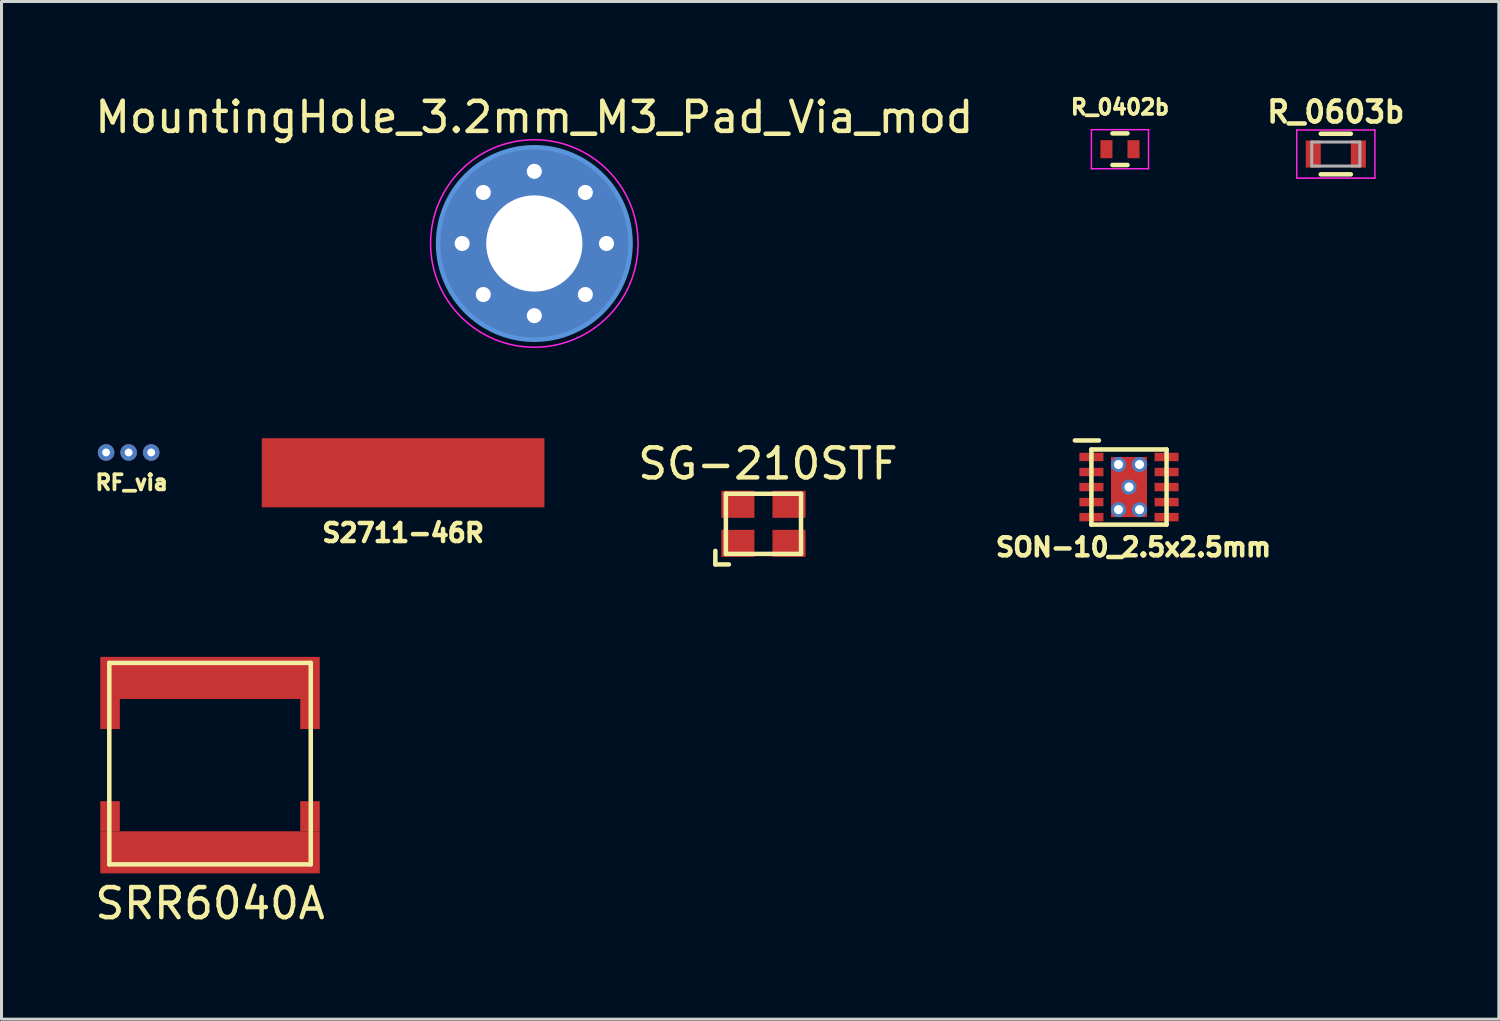
<source format=kicad_pcb>
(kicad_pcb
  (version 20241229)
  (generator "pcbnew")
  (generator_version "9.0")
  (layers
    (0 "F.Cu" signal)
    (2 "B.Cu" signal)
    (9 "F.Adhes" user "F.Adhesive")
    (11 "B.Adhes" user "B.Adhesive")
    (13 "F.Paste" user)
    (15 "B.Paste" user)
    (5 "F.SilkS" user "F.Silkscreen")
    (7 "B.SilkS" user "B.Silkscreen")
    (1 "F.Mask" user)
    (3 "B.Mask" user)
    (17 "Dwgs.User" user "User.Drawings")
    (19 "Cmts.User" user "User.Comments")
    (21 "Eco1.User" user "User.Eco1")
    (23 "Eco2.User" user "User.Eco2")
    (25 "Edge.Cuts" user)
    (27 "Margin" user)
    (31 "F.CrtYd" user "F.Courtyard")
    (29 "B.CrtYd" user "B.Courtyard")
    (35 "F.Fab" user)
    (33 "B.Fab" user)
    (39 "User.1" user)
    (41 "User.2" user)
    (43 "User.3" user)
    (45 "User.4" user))
  (footprint "R_0402b"
    (layer "F.Cu")
    (at 34.197 1.912)
    (property "Reference" "R_0402b" (at 0 -1.4 0) (layer "F.SilkS") (effects (font (size 0.5 0.5) (thickness 0.125))))
    (attr smd)
    (fp_line (start -0.25 0.525) (end 0.25 0.525) (stroke (width 0.15) (type solid)) (layer "F.SilkS"))
    (fp_line (start 0.25 -0.525) (end -0.25 -0.525) (stroke (width 0.15) (type solid)) (layer "F.SilkS"))
    (fp_line (start -0.95 -0.65) (end -0.95 0.65) (stroke (width 0.05) (type solid)) (layer "F.CrtYd"))
    (fp_line (start -0.95 -0.65) (end 0.95 -0.65) (stroke (width 0.05) (type solid)) (layer "F.CrtYd"))
    (fp_line (start -0.95 0.65) (end 0.95 0.65) (stroke (width 0.05) (type solid)) (layer "F.CrtYd"))
    (fp_line (start 0.95 -0.65) (end 0.95 0.65) (stroke (width 0.05) (type solid)) (layer "F.CrtYd"))
    (pad "1" smd rect (at -0.45 0) (size 0.4 0.6) (layers "F.Cu" "F.Mask" "F.Paste"))
    (pad "2" smd rect (at 0.45 0) (size 0.4 0.6) (layers "F.Cu" "F.Mask" "F.Paste")))
  (footprint "SRR6040A"
    (layer "F.Cu")
    (at 4.185 22.396)
    (property "Reference" "SRR6040A" (at -0.25 4.6 0) (layer "F.SilkS") (effects (font (size 1 1) (thickness 0.15))))
    (attr through_hole)
    (fp_line (start -3.6 -3.4) (end 3.1 -3.4) (stroke (width 0.15) (type solid)) (layer "F.SilkS"))
    (fp_line (start -3.6 3.3) (end -3.6 -3.4) (stroke (width 0.15) (type solid)) (layer "F.SilkS"))
    (fp_line (start 3.1 -3.4) (end 3.1 3.3) (stroke (width 0.15) (type solid)) (layer "F.SilkS"))
    (fp_line (start 3.1 3.3) (end -3.6 3.3) (stroke (width 0.15) (type solid)) (layer "F.SilkS"))
    (pad "1" smd rect (at -3.575 -1.7) (size 0.65 1) (layers "F.Cu" "F.Mask" "F.Paste"))
    (pad "1" smd rect (at -0.25 -2.9) (size 7.3 1.4) (layers "F.Cu" "F.Mask" "F.Paste"))
    (pad "1" smd rect (at 3.075 -1.7) (size 0.65 1) (layers "F.Cu" "F.Mask" "F.Paste"))
    (pad "2" smd rect (at -3.575 1.7) (size 0.65 1) (layers "F.Cu" "F.Mask" "F.Paste"))
    (pad "2" smd rect (at -0.25 2.9) (size 7.3 1.4) (layers "F.Cu" "F.Mask" "F.Paste"))
    (pad "2" smd rect (at 3.075 1.7) (size 0.65 1) (layers "F.Cu" "F.Mask" "F.Paste")))
  (footprint "RF_via"
    (layer "F.Cu")
    (at 1.228 11.998)
    (property "Reference" "RF_via" (at 0.1 1 0) (layer "F.SilkS") (effects (font (size 0.5 0.5) (thickness 0.125))))
    (attr through_hole)
    (fp_line (start -0.7 0) (end 0.7 0) (stroke (width 0.95) (type solid)) (layer "F.Mask"))
    (pad "1" thru_hole circle (at 0 0) (size 0.55 0.55) (drill 0.26) (layers "*.Cu" "F.Mask"))
    (pad "2" thru_hole circle (at -0.75 0) (size 0.55 0.55) (drill 0.26) (layers "*.Cu" "F.Mask"))
    (pad "2" thru_hole circle (at 0.75 0) (size 0.55 0.55) (drill 0.26) (layers "*.Cu" "F.Mask")))
  (footprint "SON-10_2.5x2.5mm"
    (layer "F.Cu")
    (at 34.497 13.148)
    (property "Reference" "SON-10_2.5x2.5mm" (at 0.15 2 0) (layer "F.SilkS") (effects (font (size 0.6 0.6) (thickness 0.15))))
    (attr through_hole)
    (fp_line (start -1.8 -1.55) (end -1 -1.55) (stroke (width 0.15) (type solid)) (layer "F.SilkS"))
    (fp_line (start -1.25 -1.25) (end 1.25 -1.25) (stroke (width 0.15) (type solid)) (layer "F.SilkS"))
    (fp_line (start -1.25 1.25) (end -1.25 -1.25) (stroke (width 0.15) (type solid)) (layer "F.SilkS"))
    (fp_line (start -1.25 1.25) (end -1.25 1.25) (stroke (width 0.15) (type solid)) (layer "F.SilkS"))
    (fp_line (start 1.25 -1.25) (end 1.25 1.25) (stroke (width 0.15) (type solid)) (layer "F.SilkS"))
    (fp_line (start 1.25 1.25) (end -1.25 1.25) (stroke (width 0.15) (type solid)) (layer "F.SilkS"))
    (pad "1" smd rect (at -1.25 -1) (size 0.8 0.28) (layers "F.Cu" "F.Mask" "F.Paste"))
    (pad "2" smd rect (at -1.25 -0.5) (size 0.8 0.28) (layers "F.Cu" "F.Mask" "F.Paste"))
    (pad "3" smd rect (at -1.25 0) (size 0.8 0.28) (layers "F.Cu" "F.Mask" "F.Paste"))
    (pad "4" smd rect (at -1.25 0.5) (size 0.8 0.28) (layers "F.Cu" "F.Mask" "F.Paste"))
    (pad "5" smd rect (at -1.25 1) (size 0.8 0.28) (layers "F.Cu" "F.Mask" "F.Paste"))
    (pad "6" smd rect (at 1.25 1) (size 0.8 0.28) (layers "F.Cu" "F.Mask" "F.Paste"))
    (pad "7" smd rect (at 1.25 0.5) (size 0.8 0.28) (layers "F.Cu" "F.Mask" "F.Paste"))
    (pad "8" smd rect (at 1.25 0) (size 0.8 0.28) (layers "F.Cu" "F.Mask" "F.Paste"))
    (pad "9" smd rect (at 1.25 -0.5) (size 0.8 0.28) (layers "F.Cu" "F.Mask" "F.Paste"))
    (pad "10" smd rect (at 1.25 -1) (size 0.8 0.28) (layers "F.Cu" "F.Mask" "F.Paste"))
    (pad "11" thru_hole circle (at -0.35 -0.75) (size 0.5 0.5) (drill 0.3) (layers "*.Cu" "F.Mask"))
    (pad "11" thru_hole circle (at -0.35 0.75) (size 0.5 0.5) (drill 0.3) (layers "*.Cu" "F.Mask"))
    (pad "11" smd rect (at -0.33 -0.5) (size 0.45 0.85) (layers "F.Cu" "F.Mask" "F.Paste"))
    (pad "11" smd rect (at -0.33 0.5) (size 0.45 0.85) (layers "F.Cu" "F.Mask" "F.Paste"))
    (pad "11" thru_hole circle (at 0 0) (size 0.5 0.5) (drill 0.3) (layers "*.Cu" "F.Mask"))
    (pad "11" smd rect (at 0 0) (size 1.2 2) (layers "F.Cu" "F.Mask"))
    (pad "11" smd rect (at 0.33 -0.5) (size 0.45 0.85) (layers "F.Cu" "F.Mask" "F.Paste"))
    (pad "11" smd rect (at 0.33 0.5) (size 0.45 0.85) (layers "F.Cu" "F.Mask" "F.Paste"))
    (pad "11" thru_hole circle (at 0.35 -0.75) (size 0.5 0.5) (drill 0.3) (layers "*.Cu" "F.Mask"))
    (pad "11" thru_hole circle (at 0.35 0.75) (size 0.5 0.5) (drill 0.3) (layers "*.Cu" "F.Mask")))
  (footprint "SG-210STF"
    (layer "F.Cu")
    (at 22.39 14.371)
    (property "Reference" "SG-210STF" (at 0.1 -2 0) (layer "F.SilkS") (effects (font (size 1 1) (thickness 0.15))))
    (attr through_hole)
    (fp_line (start -1.65 1.35) (end -1.65 0.9) (stroke (width 0.15) (type solid)) (layer "F.SilkS"))
    (fp_line (start -1.3 -1) (end 1.2 -1) (stroke (width 0.15) (type solid)) (layer "F.SilkS"))
    (fp_line (start -1.3 1) (end -1.3 -1) (stroke (width 0.15) (type solid)) (layer "F.SilkS"))
    (fp_line (start -1.2 1.35) (end -1.65 1.35) (stroke (width 0.15) (type solid)) (layer "F.SilkS"))
    (fp_line (start 1.2 -1) (end 1.2 1) (stroke (width 0.15) (type solid)) (layer "F.SilkS"))
    (fp_line (start 1.2 1) (end -1.3 1) (stroke (width 0.15) (type solid)) (layer "F.SilkS"))
    (pad "1" smd rect (at -0.9 0.65) (size 1.1 0.9) (layers "F.Cu" "F.Mask" "F.Paste"))
    (pad "2" smd rect (at 0.8 0.65) (size 1.1 0.9) (layers "F.Cu" "F.Mask" "F.Paste"))
    (pad "3" smd rect (at 0.8 -0.65) (size 1.1 0.9) (layers "F.Cu" "F.Mask" "F.Paste"))
    (pad "4" smd rect (at -0.9 -0.65) (size 1.1 0.9) (layers "F.Cu" "F.Mask" "F.Paste")))
  (footprint "S2711-46R"
    (layer "F.Cu")
    (at 10.356 12.673)
    (property "Reference" "S2711-46R" (at 0 2 0) (layer "F.SilkS") (effects (font (size 0.6 0.6) (thickness 0.15))))
    (attr through_hole)
    (pad "1" smd rect (at 0 0) (size 9.4 2.3) (layers "F.Cu" "F.Mask")))
  (footprint "R_0603b"
    (layer "F.Cu")
    (at 41.375 2.073)
    (property "Reference" "R_0603b" (at 0 -1.4 0) (layer "F.SilkS") (effects (font (size 0.7 0.7) (thickness 0.15))))
    (attr smd)
    (fp_line (start -0.5 -0.675) (end 0.5 -0.675) (stroke (width 0.15) (type solid)) (layer "F.SilkS"))
    (fp_line (start 0.5 0.675) (end -0.5 0.675) (stroke (width 0.15) (type solid)) (layer "F.SilkS"))
    (fp_line (start -1.3 -0.8) (end -1.3 0.8) (stroke (width 0.05) (type solid)) (layer "F.CrtYd"))
    (fp_line (start -1.3 -0.8) (end 1.3 -0.8) (stroke (width 0.05) (type solid)) (layer "F.CrtYd"))
    (fp_line (start -1.3 0.8) (end 1.3 0.8) (stroke (width 0.05) (type solid)) (layer "F.CrtYd"))
    (fp_line (start 1.3 -0.8) (end 1.3 0.8) (stroke (width 0.05) (type solid)) (layer "F.CrtYd"))
    (fp_line (start -0.8 -0.4) (end 0.8 -0.4) (stroke (width 0.1) (type solid)) (layer "F.Fab"))
    (fp_line (start -0.8 0.4) (end -0.8 -0.4) (stroke (width 0.1) (type solid)) (layer "F.Fab"))
    (fp_line (start 0.8 -0.4) (end 0.8 0.4) (stroke (width 0.1) (type solid)) (layer "F.Fab"))
    (fp_line (start 0.8 0.4) (end -0.8 0.4) (stroke (width 0.1) (type solid)) (layer "F.Fab"))
    (pad "1" smd rect (at -0.75 0) (size 0.5 0.9) (layers "F.Cu" "F.Mask" "F.Paste"))
    (pad "2" smd rect (at 0.75 0) (size 0.5 0.9) (layers "F.Cu" "F.Mask" "F.Paste")))
  (footprint "MountingHole_3.2mm_M3_Pad_Via_mod"
    (layer "F.Cu")
    (at 14.72 5.048)
    (property "Reference" "MountingHole_3.2mm_M3_Pad_Via_mod" (at 0 -4.2 0) (layer "F.SilkS") (effects (font (size 1 1) (thickness 0.15))))
    (attr through_hole)
    (fp_circle (center 0 0) (end 3.2 0) (stroke (width 0.15) (type solid)) (fill no) (layer "Cmts.User"))
    (fp_circle (center 0 0) (end 3.45 0) (stroke (width 0.05) (type solid)) (fill no) (layer "F.CrtYd"))
    (pad "1" thru_hole circle (at -2.4 0) (size 0.6 0.6) (drill 0.5) (layers "*.Cu" "*.Mask"))
    (pad "1" thru_hole circle (at -1.697 -1.697) (size 0.6 0.6) (drill 0.5) (layers "*.Cu" "*.Mask"))
    (pad "1" thru_hole circle (at -1.697 1.697) (size 0.6 0.6) (drill 0.5) (layers "*.Cu" "*.Mask"))
    (pad "1" thru_hole circle (at 0 -2.4) (size 0.6 0.6) (drill 0.5) (layers "*.Cu" "*.Mask"))
    (pad "1" thru_hole circle (at 0 0) (size 6.4 6.4) (drill 3.2) (layers "*.Cu" "*.Mask"))
    (pad "1" thru_hole circle (at 0 2.4) (size 0.6 0.6) (drill 0.5) (layers "*.Cu" "*.Mask"))
    (pad "1" thru_hole circle (at 1.697 -1.697) (size 0.6 0.6) (drill 0.5) (layers "*.Cu" "*.Mask"))
    (pad "1" thru_hole circle (at 1.697 1.697) (size 0.6 0.6) (drill 0.5) (layers "*.Cu" "*.Mask"))
    (pad "1" thru_hole circle (at 2.4 0) (size 0.6 0.6) (drill 0.5) (layers "*.Cu" "*.Mask")))
  (gr_rect
    (start -3 -3)
    (end 46.797 30.845)
    (stroke (width 0.1) (type default))
    (fill no)
    (layer "Edge.Cuts")))
</source>
